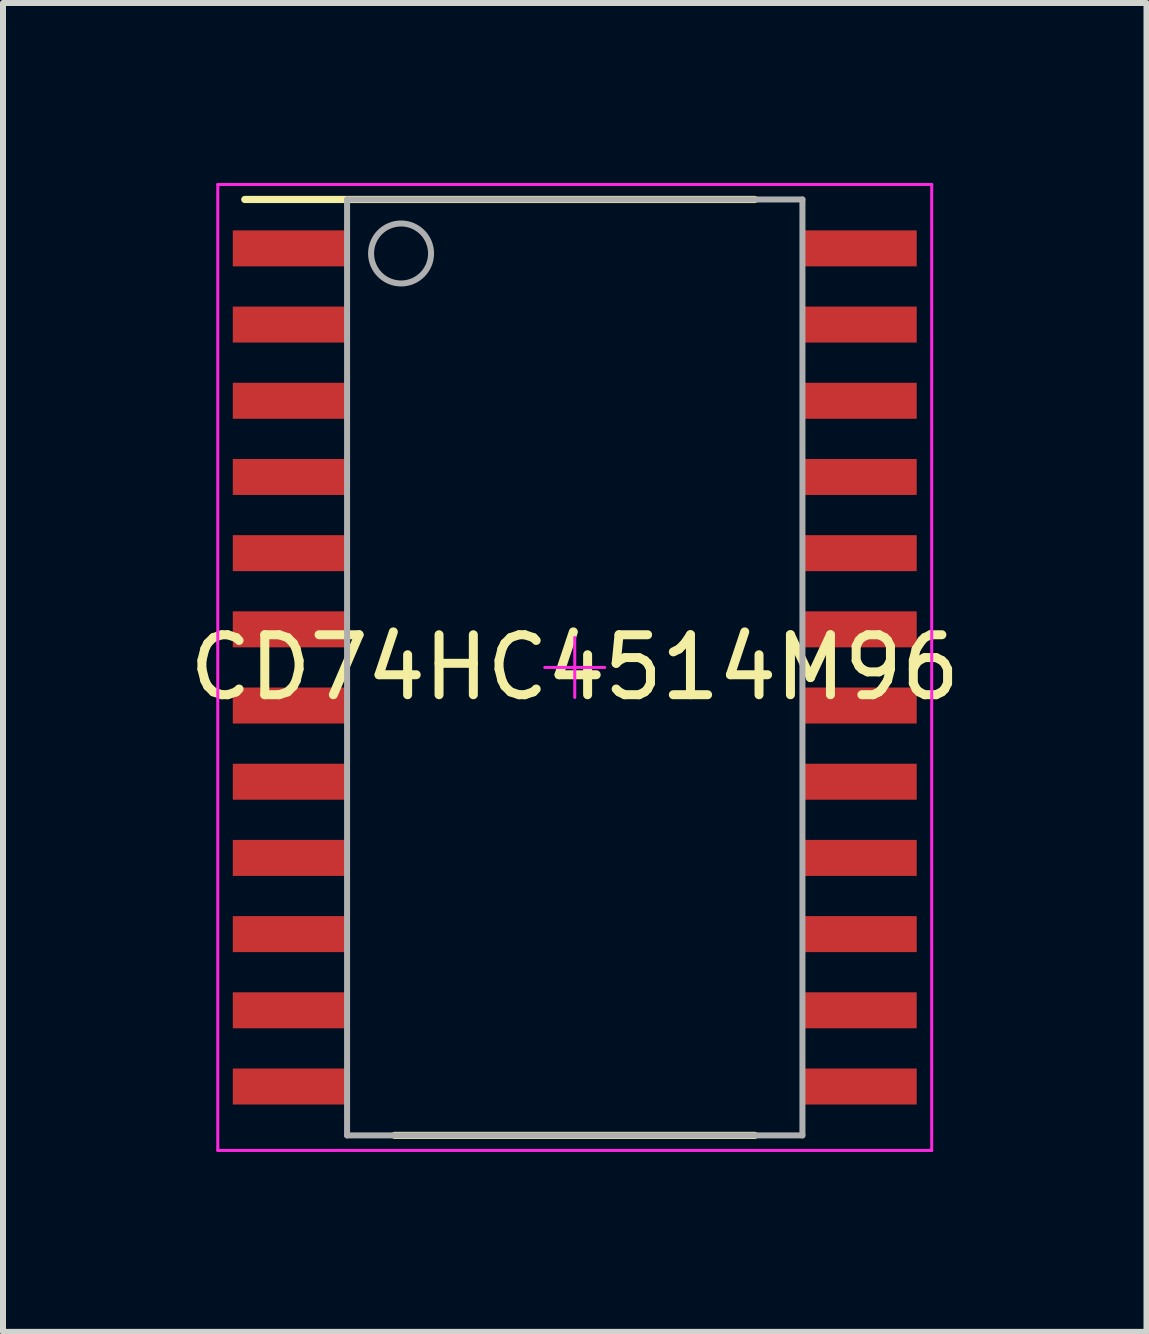
<source format=kicad_pcb>
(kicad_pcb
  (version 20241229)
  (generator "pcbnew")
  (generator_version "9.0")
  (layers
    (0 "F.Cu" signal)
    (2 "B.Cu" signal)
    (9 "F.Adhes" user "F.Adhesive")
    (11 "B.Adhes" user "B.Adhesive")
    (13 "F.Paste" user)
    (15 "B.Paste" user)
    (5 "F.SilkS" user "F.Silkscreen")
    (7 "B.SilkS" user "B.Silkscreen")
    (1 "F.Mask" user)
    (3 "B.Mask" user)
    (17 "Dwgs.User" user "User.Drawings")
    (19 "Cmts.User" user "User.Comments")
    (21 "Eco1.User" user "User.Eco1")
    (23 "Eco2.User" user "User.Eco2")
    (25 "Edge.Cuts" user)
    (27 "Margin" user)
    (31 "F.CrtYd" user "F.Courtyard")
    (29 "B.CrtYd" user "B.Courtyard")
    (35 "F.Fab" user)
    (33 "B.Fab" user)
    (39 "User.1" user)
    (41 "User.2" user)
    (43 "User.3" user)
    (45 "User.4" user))
  (footprint "CD74HC4514M96"
    (layer "F.Cu")
    (at 6.53 8.075)
    (property "Reference" "CD74HC4514M96" (at 0 0 0) (layer "F.SilkS") (effects (font (size 1 1) (thickness 0.15))))
    (attr through_hole)
    (fp_line (start -5.5 -7.8) (end 3 -7.8) (stroke (width 0.12) (type solid)) (layer "F.SilkS"))
    (fp_line (start -3 7.8) (end 3 7.8) (stroke (width 0.12) (type solid)) (layer "F.SilkS"))
    (fp_line (start -5.95 -8.05) (end 5.95 -8.05) (stroke (width 0.05) (type solid)) (layer "F.CrtYd"))
    (fp_line (start -5.95 8.05) (end -5.95 -8.05) (stroke (width 0.05) (type solid)) (layer "F.CrtYd"))
    (fp_line (start -5.95 8.05) (end 5.95 8.05) (stroke (width 0.05) (type solid)) (layer "F.CrtYd"))
    (fp_line (start -0.5 0) (end 0.5 0) (stroke (width 0.05) (type solid)) (layer "F.CrtYd"))
    (fp_line (start 0.000003 0.5) (end 0.000003 -0.5) (stroke (width 0.05) (type solid)) (layer "F.CrtYd"))
    (fp_line (start 5.95 8.05) (end 5.95 -8.05) (stroke (width 0.05) (type solid)) (layer "F.CrtYd"))
    (fp_line (start -3.795 -7.8) (end 3.795 -7.8) (stroke (width 0.1) (type solid)) (layer "F.Fab"))
    (fp_line (start -3.795 7.8) (end -3.795 -7.8) (stroke (width 0.1) (type solid)) (layer "F.Fab"))
    (fp_line (start -3.795 7.8) (end 3.795 7.8) (stroke (width 0.1) (type solid)) (layer "F.Fab"))
    (fp_line (start 3.795 7.8) (end 3.795 -7.8) (stroke (width 0.1) (type solid)) (layer "F.Fab"))
    (fp_circle (center -2.895 -6.9) (end -2.395 -6.9) (stroke (width 0.1) (type solid)) (fill no) (layer "F.Fab"))
    (pad "1" smd rect (at -4.75 -6.985 90) (size 0.6 1.9) (layers "F.Cu" "F.Mask" "F.Paste"))
    (pad "2" smd rect (at -4.75 -5.715 90) (size 0.6 1.9) (layers "F.Cu" "F.Mask" "F.Paste"))
    (pad "3" smd rect (at -4.75 -4.445 90) (size 0.6 1.9) (layers "F.Cu" "F.Mask" "F.Paste"))
    (pad "4" smd rect (at -4.75 -3.175 90) (size 0.6 1.9) (layers "F.Cu" "F.Mask" "F.Paste"))
    (pad "5" smd rect (at -4.75 -1.905 90) (size 0.6 1.9) (layers "F.Cu" "F.Mask" "F.Paste"))
    (pad "6" smd rect (at -4.75 -0.635 90) (size 0.6 1.9) (layers "F.Cu" "F.Mask" "F.Paste"))
    (pad "7" smd rect (at -4.75 0.635 90) (size 0.6 1.9) (layers "F.Cu" "F.Mask" "F.Paste"))
    (pad "8" smd rect (at -4.75 1.905 90) (size 0.6 1.9) (layers "F.Cu" "F.Mask" "F.Paste"))
    (pad "9" smd rect (at -4.75 3.175 90) (size 0.6 1.9) (layers "F.Cu" "F.Mask" "F.Paste"))
    (pad "10" smd rect (at -4.75 4.445 90) (size 0.6 1.9) (layers "F.Cu" "F.Mask" "F.Paste"))
    (pad "11" smd rect (at -4.75 5.715 90) (size 0.6 1.9) (layers "F.Cu" "F.Mask" "F.Paste"))
    (pad "12" smd rect (at -4.75 6.985 90) (size 0.6 1.9) (layers "F.Cu" "F.Mask" "F.Paste"))
    (pad "13" smd rect (at 4.75 6.985 90) (size 0.6 1.9) (layers "F.Cu" "F.Mask" "F.Paste"))
    (pad "14" smd rect (at 4.75 5.715 90) (size 0.6 1.9) (layers "F.Cu" "F.Mask" "F.Paste"))
    (pad "15" smd rect (at 4.75 4.445 90) (size 0.6 1.9) (layers "F.Cu" "F.Mask" "F.Paste"))
    (pad "16" smd rect (at 4.75 3.175 90) (size 0.6 1.9) (layers "F.Cu" "F.Mask" "F.Paste"))
    (pad "17" smd rect (at 4.75 1.905 90) (size 0.6 1.9) (layers "F.Cu" "F.Mask" "F.Paste"))
    (pad "18" smd rect (at 4.75 0.635 90) (size 0.6 1.9) (layers "F.Cu" "F.Mask" "F.Paste"))
    (pad "19" smd rect (at 4.75 -0.635 90) (size 0.6 1.9) (layers "F.Cu" "F.Mask" "F.Paste"))
    (pad "20" smd rect (at 4.75 -1.905 90) (size 0.6 1.9) (layers "F.Cu" "F.Mask" "F.Paste"))
    (pad "21" smd rect (at 4.75 -3.175 90) (size 0.6 1.9) (layers "F.Cu" "F.Mask" "F.Paste"))
    (pad "22" smd rect (at 4.75 -4.445 90) (size 0.6 1.9) (layers "F.Cu" "F.Mask" "F.Paste"))
    (pad "23" smd rect (at 4.75 -5.715 90) (size 0.6 1.9) (layers "F.Cu" "F.Mask" "F.Paste"))
    (pad "24" smd rect (at 4.75 -6.985 90) (size 0.6 1.9) (layers "F.Cu" "F.Mask" "F.Paste")))
  (gr_rect
    (start -3 -3)
    (end 16.06 19.15)
    (stroke (width 0.1) (type default))
    (fill no)
    (layer "Edge.Cuts")))
</source>
